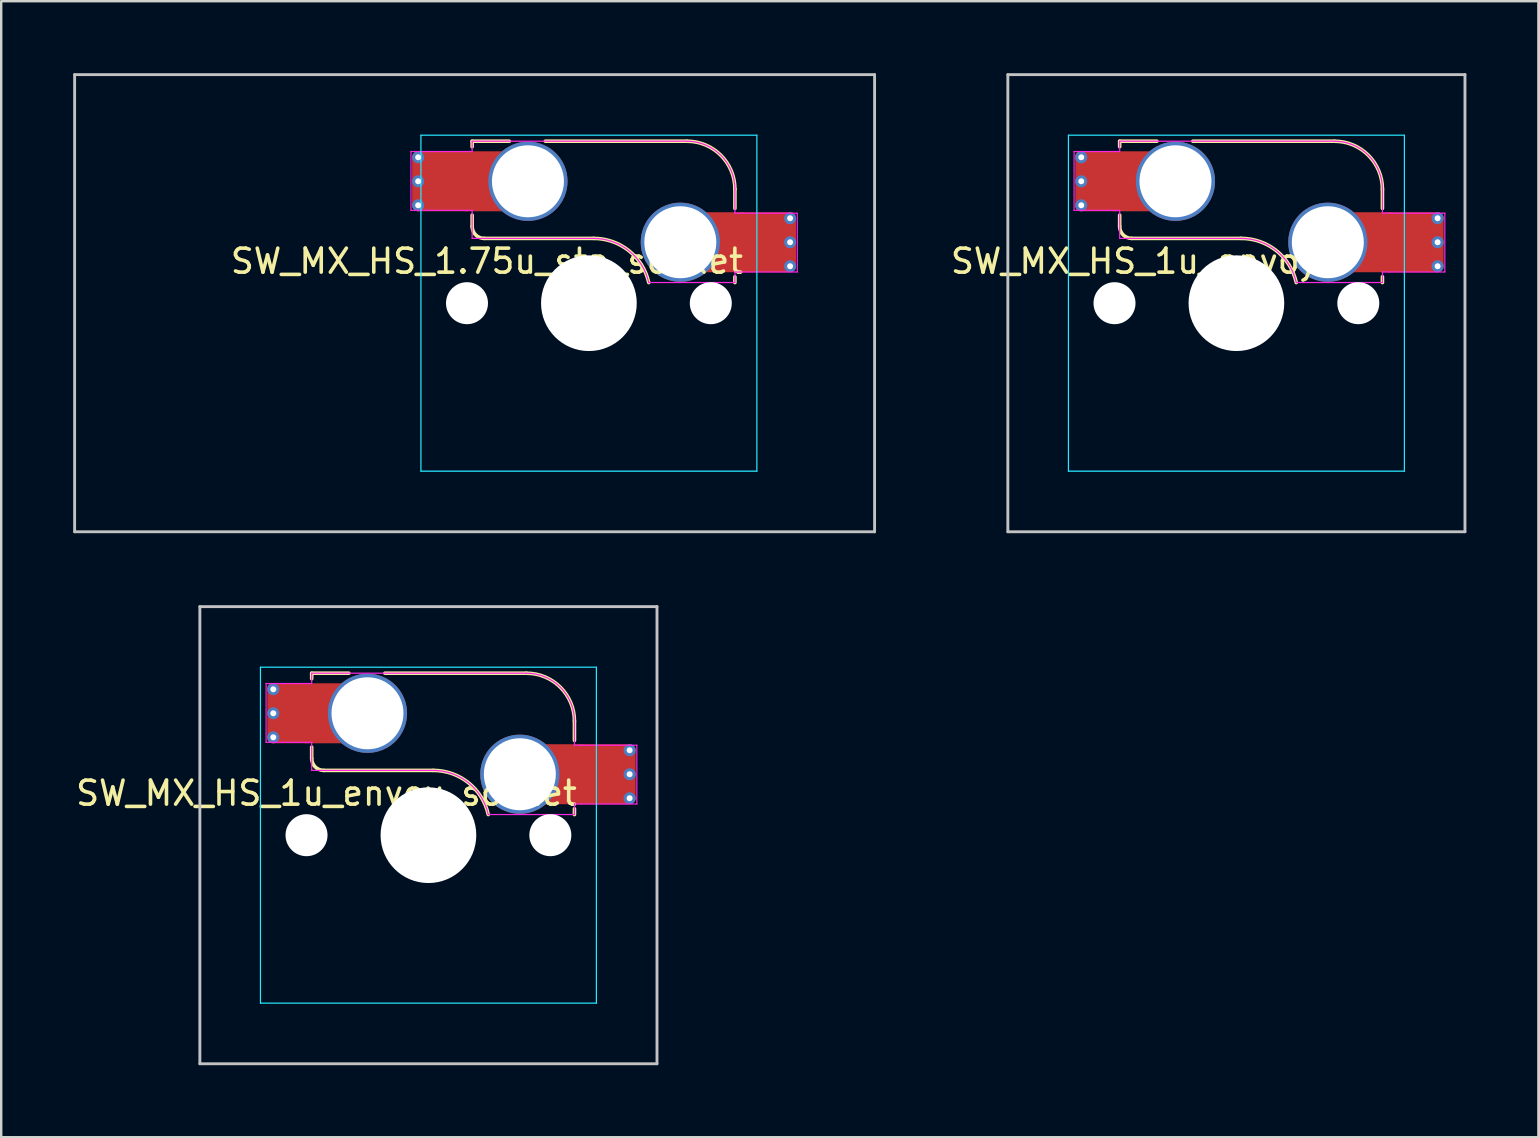
<source format=kicad_pcb>
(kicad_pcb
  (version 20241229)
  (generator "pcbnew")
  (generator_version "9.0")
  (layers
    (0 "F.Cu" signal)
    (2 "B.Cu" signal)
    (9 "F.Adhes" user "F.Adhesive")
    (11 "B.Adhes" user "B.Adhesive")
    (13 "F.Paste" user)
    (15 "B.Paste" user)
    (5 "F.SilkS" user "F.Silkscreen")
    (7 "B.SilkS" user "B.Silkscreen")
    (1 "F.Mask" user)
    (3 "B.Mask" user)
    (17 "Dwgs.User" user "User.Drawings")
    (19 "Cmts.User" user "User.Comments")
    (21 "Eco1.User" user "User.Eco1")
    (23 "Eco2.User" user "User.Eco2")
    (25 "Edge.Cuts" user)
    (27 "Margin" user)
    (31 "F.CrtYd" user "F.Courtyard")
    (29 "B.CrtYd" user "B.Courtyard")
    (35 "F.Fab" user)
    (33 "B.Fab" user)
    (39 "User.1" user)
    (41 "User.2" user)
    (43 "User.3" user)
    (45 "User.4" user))
  (footprint "SW_MX_HS_1.75u_stp_socket"
    (layer "F.Cu")
    (at 21.491 9.585)
    (property "Reference" "SW_MX_HS_1.75u_stp_socket" (at -4.25 -1.75 0) (layer "F.SilkS") (effects (font (size 1 1) (thickness 0.15))))
    (attr smd)
    (fp_line (start -4.865 -6.75) (end -4.865 -6.52) (stroke (width 0.15) (type solid)) (layer "F.SilkS"))
    (fp_line (start -4.865 -3.67) (end -4.865 -3.2) (stroke (width 0.15) (type solid)) (layer "F.SilkS"))
    (fp_line (start -4.365 -2.7) (end 0.2 -2.7) (stroke (width 0.15) (type solid)) (layer "F.SilkS"))
    (fp_line (start -3.315 -6.75) (end -4.865 -6.75) (stroke (width 0.15) (type solid)) (layer "F.SilkS"))
    (fp_line (start 4.085 -6.75) (end -1.815 -6.75) (stroke (width 0.15) (type solid)) (layer "F.SilkS"))
    (fp_line (start 6.085 -3.95) (end 6.085 -4.75) (stroke (width 0.15) (type solid)) (layer "F.SilkS"))
    (fp_line (start 6.085 -1.1) (end 6.085 -0.86) (stroke (width 0.15) (type solid)) (layer "F.SilkS"))
    (fp_arc (start -4.364824 -2.70022) (mid -4.718377 -2.846667) (end -4.864824 -3.20022) (stroke (width 0.15) (type solid)) (layer "F.SilkS"))
    (fp_arc (start 0.2 -2.70022) (mid 1.670693 -2.183637) (end 2.494322 -0.86022) (stroke (width 0.15) (type solid)) (layer "F.SilkS"))
    (fp_arc (start 4.085176 -6.75022) (mid 5.49939 -6.164434) (end 6.085176 -4.75022) (stroke (width 0.15) (type solid)) (layer "F.SilkS"))
    (fp_line (start -21.431 -9.525) (end 11.906 -9.525) (stroke (width 0.12) (type solid)) (layer "Dwgs.User"))
    (fp_line (start -21.431 9.525) (end -21.431 -9.525) (stroke (width 0.12) (type solid)) (layer "Dwgs.User"))
    (fp_line (start 11.906 -9.525) (end 11.906 9.525) (stroke (width 0.12) (type solid)) (layer "Dwgs.User"))
    (fp_line (start 11.906 9.525) (end -21.431 9.525) (stroke (width 0.12) (type solid)) (layer "Dwgs.User"))
    (fp_line (start -7 -6.5) (end -7 6.5) (stroke (width 0.05) (type solid)) (layer "Eco2.User"))
    (fp_line (start -6.5 7) (end 6.5 7) (stroke (width 0.05) (type solid)) (layer "Eco2.User"))
    (fp_line (start 6.5 -7) (end -6.5 -7) (stroke (width 0.05) (type solid)) (layer "Eco2.User"))
    (fp_line (start 7 6.5) (end 7 -6.5) (stroke (width 0.05) (type solid)) (layer "Eco2.User"))
    (fp_arc (start -7 -6.5) (mid -6.853553 -6.853553) (end -6.5 -7) (stroke (width 0.05) (type solid)) (layer "Eco2.User"))
    (fp_arc (start -6.497236 6.998884) (mid -6.850789 6.852437) (end -6.997236 6.498884) (stroke (width 0.05) (type solid)) (layer "Eco2.User"))
    (fp_arc (start 6.5 -7) (mid 6.853553 -6.853553) (end 7 -6.5) (stroke (width 0.05) (type solid)) (layer "Eco2.User"))
    (fp_arc (start 7 6.5) (mid 6.853553 6.853553) (end 6.5 7) (stroke (width 0.05) (type solid)) (layer "Eco2.User"))
    (fp_line (start -7 -7) (end 7 -7) (stroke (width 0.05) (type solid)) (layer "B.CrtYd"))
    (fp_line (start -7 7) (end -7 -7) (stroke (width 0.05) (type solid)) (layer "B.CrtYd"))
    (fp_line (start 7 -7) (end 7 7) (stroke (width 0.05) (type solid)) (layer "B.CrtYd"))
    (fp_line (start 7 7) (end -7 7) (stroke (width 0.05) (type solid)) (layer "B.CrtYd"))
    (fp_line (start -7.415 -6.32) (end -4.865 -6.32) (stroke (width 0.05) (type solid)) (layer "F.CrtYd"))
    (fp_line (start -7.415 -3.87) (end -7.415 -6.32) (stroke (width 0.05) (type solid)) (layer "F.CrtYd"))
    (fp_line (start -4.865 -6.75) (end -4.865 -6.32) (stroke (width 0.05) (type solid)) (layer "F.CrtYd"))
    (fp_line (start -4.865 -3.87) (end -7.415 -3.87) (stroke (width 0.05) (type solid)) (layer "F.CrtYd"))
    (fp_line (start -4.865 -3.87) (end -4.865 -2.7) (stroke (width 0.05) (type solid)) (layer "F.CrtYd"))
    (fp_line (start -4.865 -2.7) (end 0.2 -2.7) (stroke (width 0.05) (type solid)) (layer "F.CrtYd"))
    (fp_line (start 4.085 -6.75) (end -4.865 -6.75) (stroke (width 0.05) (type solid)) (layer "F.CrtYd"))
    (fp_line (start 6.085 -3.75) (end 6.085 -4.75) (stroke (width 0.05) (type solid)) (layer "F.CrtYd"))
    (fp_line (start 6.085 -3.75) (end 8.685 -3.75) (stroke (width 0.05) (type solid)) (layer "F.CrtYd"))
    (fp_line (start 6.085 -1.3) (end 6.085 -0.86) (stroke (width 0.05) (type solid)) (layer "F.CrtYd"))
    (fp_line (start 6.085 -0.86) (end 2.494 -0.86) (stroke (width 0.05) (type solid)) (layer "F.CrtYd"))
    (fp_line (start 8.685 -3.75) (end 8.685 -1.3) (stroke (width 0.05) (type solid)) (layer "F.CrtYd"))
    (fp_line (start 8.685 -1.3) (end 6.085 -1.3) (stroke (width 0.05) (type solid)) (layer "F.CrtYd"))
    (fp_arc (start 0.2 -2.70022) (mid 1.670503 -2.183399) (end 2.494322 -0.86022) (stroke (width 0.05) (type solid)) (layer "F.CrtYd"))
    (fp_arc (start 4.085176 -6.75022) (mid 5.49939 -6.164434) (end 6.085176 -4.75022) (stroke (width 0.05) (type solid)) (layer "F.CrtYd"))
    (pad "" np_thru_hole circle (at -5.08 0) (size 1.75 1.75) (drill 1.75) (layers "*.Cu" "*.Mask"))
    (pad "" np_thru_hole circle (at 0 0) (size 3.988 3.988) (drill 3.988) (layers "*.Cu" "*.Mask"))
    (pad "" np_thru_hole circle (at 5.08 0) (size 1.75 1.75) (drill 1.75) (layers "*.Cu" "*.Mask"))
    (pad "1" thru_hole circle (at 3.81 -2.54) (size 3.3 3.3) (drill 3) (layers "*.Cu" "*.Mask"))
    (pad "1" smd rect (at 5.635 -2.54 180) (size 1.65 2.5) (layers "F.Cu"))
    (pad "1" smd roundrect (at 7.36 -2.54) (size 2.55 2.5) (layers "F.Cu" "F.Mask" "F.Paste") (roundrect_rratio 0.1))
    (pad "1" thru_hole circle (at 8.385 -3.54) (size 0.5 0.5) (drill 0.25) (layers "*.Cu"))
    (pad "1" thru_hole circle (at 8.385 -2.54) (size 0.5 0.5) (drill 0.25) (layers "*.Cu"))
    (pad "1" thru_hole circle (at 8.385 -1.54) (size 0.5 0.5) (drill 0.25) (layers "*.Cu"))
    (pad "2" thru_hole circle (at -7.115 -6.08) (size 0.5 0.5) (drill 0.25) (layers "*.Cu"))
    (pad "2" thru_hole circle (at -7.115 -5.08) (size 0.5 0.5) (drill 0.25) (layers "*.Cu"))
    (pad "2" thru_hole circle (at -7.115 -4.08) (size 0.5 0.5) (drill 0.25) (layers "*.Cu"))
    (pad "2" smd roundrect (at -6.09 -5.08) (size 2.55 2.5) (layers "F.Cu" "F.Mask" "F.Paste") (roundrect_rratio 0.1))
    (pad "2" smd rect (at -4.34 -5.08) (size 1.65 2.5) (layers "F.Cu"))
    (pad "2" thru_hole circle (at -2.54 -5.08) (size 3.3 3.3) (drill 3) (layers "*.Cu" "*.Mask")))
  (footprint "SW_MX_HS_1u_envoy_socket"
    (layer "F.Cu")
    (at 14.804 31.755)
    (property "Reference" "SW_MX_HS_1u_envoy_socket" (at -4.25 -1.75 0) (layer "F.SilkS") (effects (font (size 1 1) (thickness 0.15))))
    (attr smd)
    (fp_line (start -4.865 -6.75) (end -4.865 -6.52) (stroke (width 0.15) (type solid)) (layer "F.SilkS"))
    (fp_line (start -4.865 -3.67) (end -4.865 -3.2) (stroke (width 0.15) (type solid)) (layer "F.SilkS"))
    (fp_line (start -4.365 -2.7) (end 0.2 -2.7) (stroke (width 0.15) (type solid)) (layer "F.SilkS"))
    (fp_line (start -3.315 -6.75) (end -4.865 -6.75) (stroke (width 0.15) (type solid)) (layer "F.SilkS"))
    (fp_line (start 4.085 -6.75) (end -1.815 -6.75) (stroke (width 0.15) (type solid)) (layer "F.SilkS"))
    (fp_line (start 6.085 -3.95) (end 6.085 -4.75) (stroke (width 0.15) (type solid)) (layer "F.SilkS"))
    (fp_line (start 6.085 -1.1) (end 6.085 -0.86) (stroke (width 0.15) (type solid)) (layer "F.SilkS"))
    (fp_arc (start -4.364824 -2.70022) (mid -4.718377 -2.846667) (end -4.864824 -3.20022) (stroke (width 0.15) (type solid)) (layer "F.SilkS"))
    (fp_arc (start 0.2 -2.70022) (mid 1.670693 -2.183637) (end 2.494322 -0.86022) (stroke (width 0.15) (type solid)) (layer "F.SilkS"))
    (fp_arc (start 4.085176 -6.75022) (mid 5.49939 -6.164434) (end 6.085176 -4.75022) (stroke (width 0.15) (type solid)) (layer "F.SilkS"))
    (fp_line (start -9.525 -9.525) (end 9.525 -9.525) (stroke (width 0.12) (type solid)) (layer "Dwgs.User"))
    (fp_line (start -9.525 9.525) (end -9.525 -9.525) (stroke (width 0.12) (type solid)) (layer "Dwgs.User"))
    (fp_line (start 9.525 -9.525) (end 9.525 9.525) (stroke (width 0.12) (type solid)) (layer "Dwgs.User"))
    (fp_line (start 9.525 9.525) (end -9.525 9.525) (stroke (width 0.12) (type solid)) (layer "Dwgs.User"))
    (fp_line (start -7 -6.5) (end -7 6.5) (stroke (width 0.05) (type solid)) (layer "Eco2.User"))
    (fp_line (start -6.5 7) (end 6.5 7) (stroke (width 0.05) (type solid)) (layer "Eco2.User"))
    (fp_line (start 6.5 -7) (end -6.5 -7) (stroke (width 0.05) (type solid)) (layer "Eco2.User"))
    (fp_line (start 7 6.5) (end 7 -6.5) (stroke (width 0.05) (type solid)) (layer "Eco2.User"))
    (fp_arc (start -7 -6.5) (mid -6.853553 -6.853553) (end -6.5 -7) (stroke (width 0.05) (type solid)) (layer "Eco2.User"))
    (fp_arc (start -6.497236 6.998884) (mid -6.850789 6.852437) (end -6.997236 6.498884) (stroke (width 0.05) (type solid)) (layer "Eco2.User"))
    (fp_arc (start 6.5 -7) (mid 6.853553 -6.853553) (end 7 -6.5) (stroke (width 0.05) (type solid)) (layer "Eco2.User"))
    (fp_arc (start 7 6.5) (mid 6.853553 6.853553) (end 6.5 7) (stroke (width 0.05) (type solid)) (layer "Eco2.User"))
    (fp_line (start -7 -7) (end 7 -7) (stroke (width 0.05) (type solid)) (layer "B.CrtYd"))
    (fp_line (start -7 7) (end -7 -7) (stroke (width 0.05) (type solid)) (layer "B.CrtYd"))
    (fp_line (start 7 -7) (end 7 7) (stroke (width 0.05) (type solid)) (layer "B.CrtYd"))
    (fp_line (start 7 7) (end -7 7) (stroke (width 0.05) (type solid)) (layer "B.CrtYd"))
    (fp_line (start -6.765 -6.32) (end -4.865 -6.32) (stroke (width 0.05) (type solid)) (layer "F.CrtYd"))
    (fp_line (start -6.765 -3.87) (end -6.765 -6.32) (stroke (width 0.05) (type solid)) (layer "F.CrtYd"))
    (fp_line (start -4.865 -6.75) (end -4.865 -6.32) (stroke (width 0.05) (type solid)) (layer "F.CrtYd"))
    (fp_line (start -4.865 -3.87) (end -6.765 -3.87) (stroke (width 0.05) (type solid)) (layer "F.CrtYd"))
    (fp_line (start -4.865 -3.87) (end -4.865 -2.7) (stroke (width 0.05) (type solid)) (layer "F.CrtYd"))
    (fp_line (start -4.865 -2.7) (end 0.2 -2.7) (stroke (width 0.05) (type solid)) (layer "F.CrtYd"))
    (fp_line (start 4.085 -6.75) (end -4.865 -6.75) (stroke (width 0.05) (type solid)) (layer "F.CrtYd"))
    (fp_line (start 6.085 -3.75) (end 6.085 -4.75) (stroke (width 0.05) (type solid)) (layer "F.CrtYd"))
    (fp_line (start 6.085 -3.75) (end 8.685 -3.75) (stroke (width 0.05) (type solid)) (layer "F.CrtYd"))
    (fp_line (start 6.085 -1.3) (end 6.085 -0.86) (stroke (width 0.05) (type solid)) (layer "F.CrtYd"))
    (fp_line (start 6.085 -0.86) (end 2.494 -0.86) (stroke (width 0.05) (type solid)) (layer "F.CrtYd"))
    (fp_line (start 8.685 -3.75) (end 8.685 -1.3) (stroke (width 0.05) (type solid)) (layer "F.CrtYd"))
    (fp_line (start 8.685 -1.3) (end 6.085 -1.3) (stroke (width 0.05) (type solid)) (layer "F.CrtYd"))
    (fp_arc (start 0.2 -2.70022) (mid 1.670503 -2.183399) (end 2.494322 -0.86022) (stroke (width 0.05) (type solid)) (layer "F.CrtYd"))
    (fp_arc (start 4.085176 -6.75022) (mid 5.49939 -6.164434) (end 6.085176 -4.75022) (stroke (width 0.05) (type solid)) (layer "F.CrtYd"))
    (pad "" np_thru_hole circle (at -5.08 0) (size 1.75 1.75) (drill 1.75) (layers "*.Cu" "*.Mask"))
    (pad "" np_thru_hole circle (at 0 0) (size 3.988 3.988) (drill 3.988) (layers "*.Cu" "*.Mask"))
    (pad "" np_thru_hole circle (at 5.08 0) (size 1.75 1.75) (drill 1.75) (layers "*.Cu" "*.Mask"))
    (pad "1" thru_hole circle (at 3.81 -2.54) (size 3.3 3.3) (drill 3) (layers "*.Cu" "*.Mask"))
    (pad "1" smd rect (at 5.635 -2.54 180) (size 1.65 2.5) (layers "F.Cu"))
    (pad "1" smd roundrect (at 7.36 -2.54) (size 2.55 2.5) (layers "F.Cu" "F.Mask" "F.Paste") (roundrect_rratio 0.1))
    (pad "1" thru_hole circle (at 8.385 -3.54) (size 0.5 0.5) (drill 0.25) (layers "*.Cu"))
    (pad "1" thru_hole circle (at 8.385 -2.54) (size 0.5 0.5) (drill 0.25) (layers "*.Cu"))
    (pad "1" thru_hole circle (at 8.385 -1.54) (size 0.5 0.5) (drill 0.25) (layers "*.Cu"))
    (pad "2" thru_hole circle (at -6.465 -6.08) (size 0.5 0.5) (drill 0.25) (layers "*.Cu"))
    (pad "2" thru_hole circle (at -6.465 -5.08) (size 0.5 0.5) (drill 0.25) (layers "*.Cu"))
    (pad "2" thru_hole circle (at -6.465 -4.08) (size 0.5 0.5) (drill 0.25) (layers "*.Cu"))
    (pad "2" smd roundrect (at -5.765 -5.08) (size 1.9 2.5) (layers "F.Cu" "F.Mask" "F.Paste") (roundrect_rratio 0.1))
    (pad "2" smd rect (at -4.34 -5.08) (size 1.65 2.5) (layers "F.Cu"))
    (pad "2" thru_hole circle (at -2.54 -5.08) (size 3.3 3.3) (drill 3) (layers "*.Cu" "*.Mask")))
  (footprint "SW_MX_HS_1u_envoy"
    (layer "F.Cu")
    (at 48.475 9.585)
    (property "Reference" "SW_MX_HS_1u_envoy" (at -4.25 -1.75 0) (layer "F.SilkS") (effects (font (size 1 1) (thickness 0.15))))
    (attr smd)
    (fp_line (start -4.865 -6.75) (end -4.865 -6.52) (stroke (width 0.15) (type solid)) (layer "F.SilkS"))
    (fp_line (start -4.865 -3.67) (end -4.865 -3.2) (stroke (width 0.15) (type solid)) (layer "F.SilkS"))
    (fp_line (start -4.365 -2.7) (end 0.2 -2.7) (stroke (width 0.15) (type solid)) (layer "F.SilkS"))
    (fp_line (start -3.315 -6.75) (end -4.865 -6.75) (stroke (width 0.15) (type solid)) (layer "F.SilkS"))
    (fp_line (start 4.085 -6.75) (end -1.815 -6.75) (stroke (width 0.15) (type solid)) (layer "F.SilkS"))
    (fp_line (start 6.085 -3.95) (end 6.085 -4.75) (stroke (width 0.15) (type solid)) (layer "F.SilkS"))
    (fp_line (start 6.085 -1.1) (end 6.085 -0.86) (stroke (width 0.15) (type solid)) (layer "F.SilkS"))
    (fp_arc (start -4.364824 -2.70022) (mid -4.718377 -2.846667) (end -4.864824 -3.20022) (stroke (width 0.15) (type solid)) (layer "F.SilkS"))
    (fp_arc (start 0.2 -2.70022) (mid 1.670693 -2.183637) (end 2.494322 -0.86022) (stroke (width 0.15) (type solid)) (layer "F.SilkS"))
    (fp_arc (start 4.085176 -6.75022) (mid 5.49939 -6.164434) (end 6.085176 -4.75022) (stroke (width 0.15) (type solid)) (layer "F.SilkS"))
    (fp_line (start -9.525 -9.525) (end 9.525 -9.525) (stroke (width 0.12) (type solid)) (layer "Dwgs.User"))
    (fp_line (start -9.525 9.525) (end -9.525 -9.525) (stroke (width 0.12) (type solid)) (layer "Dwgs.User"))
    (fp_line (start 9.525 -9.525) (end 9.525 9.525) (stroke (width 0.12) (type solid)) (layer "Dwgs.User"))
    (fp_line (start 9.525 9.525) (end -9.525 9.525) (stroke (width 0.12) (type solid)) (layer "Dwgs.User"))
    (fp_line (start -7 -6.5) (end -7 6.5) (stroke (width 0.05) (type solid)) (layer "Eco2.User"))
    (fp_line (start -6.5 7) (end 6.5 7) (stroke (width 0.05) (type solid)) (layer "Eco2.User"))
    (fp_line (start 6.5 -7) (end -6.5 -7) (stroke (width 0.05) (type solid)) (layer "Eco2.User"))
    (fp_line (start 7 6.5) (end 7 -6.5) (stroke (width 0.05) (type solid)) (layer "Eco2.User"))
    (fp_arc (start -7 -6.5) (mid -6.853553 -6.853553) (end -6.5 -7) (stroke (width 0.05) (type solid)) (layer "Eco2.User"))
    (fp_arc (start -6.497236 6.998884) (mid -6.850789 6.852437) (end -6.997236 6.498884) (stroke (width 0.05) (type solid)) (layer "Eco2.User"))
    (fp_arc (start 6.5 -7) (mid 6.853553 -6.853553) (end 7 -6.5) (stroke (width 0.05) (type solid)) (layer "Eco2.User"))
    (fp_arc (start 7 6.5) (mid 6.853553 6.853553) (end 6.5 7) (stroke (width 0.05) (type solid)) (layer "Eco2.User"))
    (fp_line (start -7 -7) (end 7 -7) (stroke (width 0.05) (type solid)) (layer "B.CrtYd"))
    (fp_line (start -7 7) (end -7 -7) (stroke (width 0.05) (type solid)) (layer "B.CrtYd"))
    (fp_line (start 7 -7) (end 7 7) (stroke (width 0.05) (type solid)) (layer "B.CrtYd"))
    (fp_line (start 7 7) (end -7 7) (stroke (width 0.05) (type solid)) (layer "B.CrtYd"))
    (fp_line (start -6.765 -6.32) (end -4.865 -6.32) (stroke (width 0.05) (type solid)) (layer "F.CrtYd"))
    (fp_line (start -6.765 -3.87) (end -6.765 -6.32) (stroke (width 0.05) (type solid)) (layer "F.CrtYd"))
    (fp_line (start -4.865 -6.75) (end -4.865 -6.32) (stroke (width 0.05) (type solid)) (layer "F.CrtYd"))
    (fp_line (start -4.865 -3.87) (end -6.765 -3.87) (stroke (width 0.05) (type solid)) (layer "F.CrtYd"))
    (fp_line (start -4.865 -3.87) (end -4.865 -2.7) (stroke (width 0.05) (type solid)) (layer "F.CrtYd"))
    (fp_line (start -4.865 -2.7) (end 0.2 -2.7) (stroke (width 0.05) (type solid)) (layer "F.CrtYd"))
    (fp_line (start 4.085 -6.75) (end -4.865 -6.75) (stroke (width 0.05) (type solid)) (layer "F.CrtYd"))
    (fp_line (start 6.085 -3.75) (end 6.085 -4.75) (stroke (width 0.05) (type solid)) (layer "F.CrtYd"))
    (fp_line (start 6.085 -3.75) (end 8.685 -3.75) (stroke (width 0.05) (type solid)) (layer "F.CrtYd"))
    (fp_line (start 6.085 -1.3) (end 6.085 -0.86) (stroke (width 0.05) (type solid)) (layer "F.CrtYd"))
    (fp_line (start 6.085 -0.86) (end 2.494 -0.86) (stroke (width 0.05) (type solid)) (layer "F.CrtYd"))
    (fp_line (start 8.685 -3.75) (end 8.685 -1.3) (stroke (width 0.05) (type solid)) (layer "F.CrtYd"))
    (fp_line (start 8.685 -1.3) (end 6.085 -1.3) (stroke (width 0.05) (type solid)) (layer "F.CrtYd"))
    (fp_arc (start 0.2 -2.70022) (mid 1.670503 -2.183399) (end 2.494322 -0.86022) (stroke (width 0.05) (type solid)) (layer "F.CrtYd"))
    (fp_arc (start 4.085176 -6.75022) (mid 5.49939 -6.164434) (end 6.085176 -4.75022) (stroke (width 0.05) (type solid)) (layer "F.CrtYd"))
    (pad "" np_thru_hole circle (at -5.08 0) (size 1.75 1.75) (drill 1.75) (layers "*.Cu" "*.Mask"))
    (pad "" np_thru_hole circle (at 0 0) (size 3.988 3.988) (drill 3.988) (layers "*.Cu" "*.Mask"))
    (pad "" np_thru_hole circle (at 5.08 0) (size 1.75 1.75) (drill 1.75) (layers "*.Cu" "*.Mask"))
    (pad "1" thru_hole circle (at 3.81 -2.54) (size 3.3 3.3) (drill 3) (layers "*.Cu" "*.Mask"))
    (pad "1" smd rect (at 5.635 -2.54 180) (size 1.65 2.5) (layers "F.Cu"))
    (pad "1" smd roundrect (at 7.36 -2.54) (size 2.55 2.5) (layers "F.Cu" "F.Mask" "F.Paste") (roundrect_rratio 0.1))
    (pad "1" thru_hole circle (at 8.385 -3.54) (size 0.5 0.5) (drill 0.25) (layers "*.Cu"))
    (pad "1" thru_hole circle (at 8.385 -2.54) (size 0.5 0.5) (drill 0.25) (layers "*.Cu"))
    (pad "1" thru_hole circle (at 8.385 -1.54) (size 0.5 0.5) (drill 0.25) (layers "*.Cu"))
    (pad "2" thru_hole circle (at -6.465 -6.08) (size 0.5 0.5) (drill 0.25) (layers "*.Cu"))
    (pad "2" thru_hole circle (at -6.465 -5.08) (size 0.5 0.5) (drill 0.25) (layers "*.Cu"))
    (pad "2" thru_hole circle (at -6.465 -4.08) (size 0.5 0.5) (drill 0.25) (layers "*.Cu"))
    (pad "2" smd roundrect (at -5.765 -5.08) (size 1.9 2.5) (layers "F.Cu" "F.Mask" "F.Paste") (roundrect_rratio 0.1))
    (pad "2" smd rect (at -4.34 -5.08) (size 1.65 2.5) (layers "F.Cu"))
    (pad "2" thru_hole circle (at -2.54 -5.08) (size 3.3 3.3) (drill 3) (layers "*.Cu" "*.Mask")))
  (gr_rect
    (start -3 -3)
    (end 61.06 44.34)
    (stroke (width 0.1) (type default))
    (fill no)
    (layer "Edge.Cuts")))
</source>
